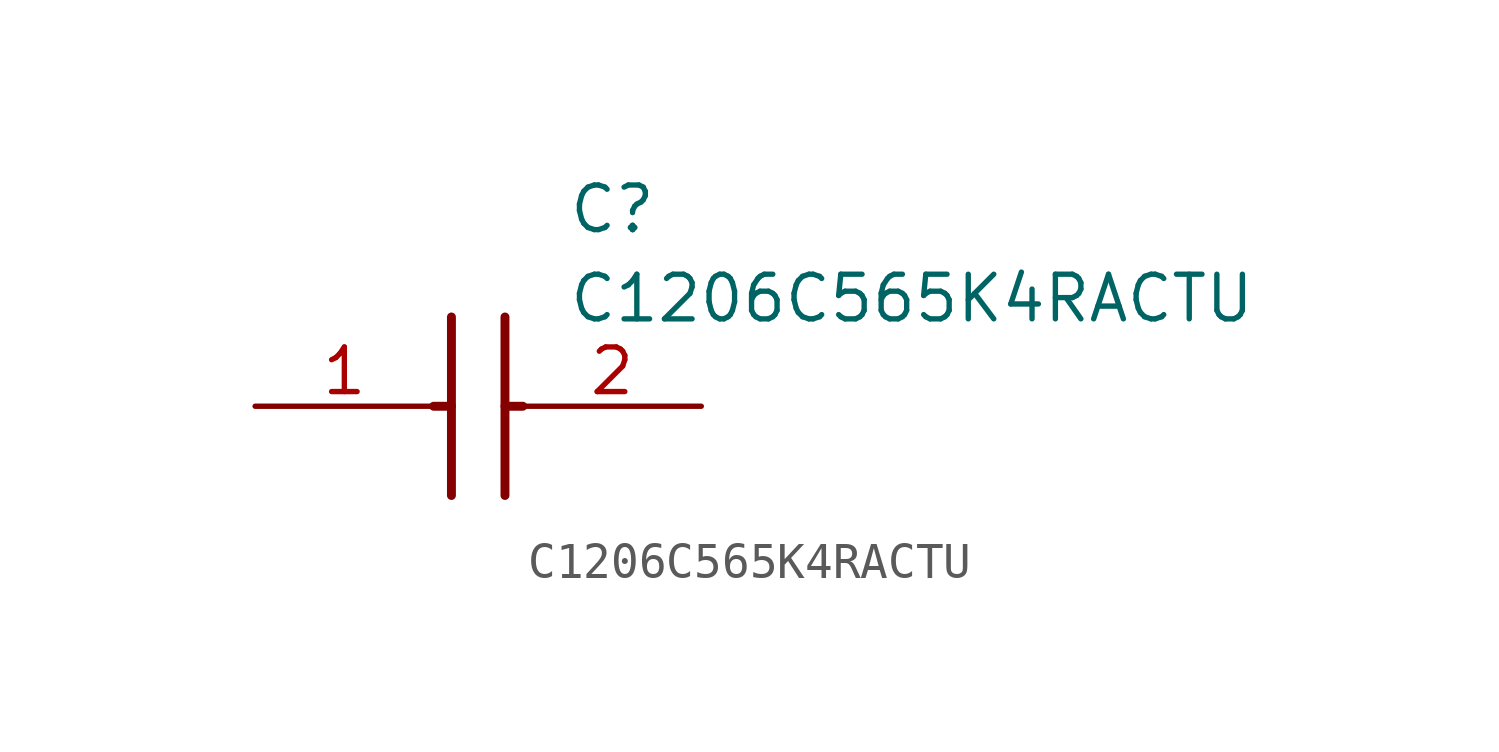
<source format=kicad_sym>
(kicad_symbol_lib
  (version 20211014)
  (generator SamacSys_ECAD_Model)
  (symbol "C1206C565K4RACTU"
    (pin_names hide)
    (property "Reference" "C"
      (at 8.89 6.35 0)
      (effects (font (size 1.27 1.27)) (justify left top)))
    (property "Value" "C1206C565K4RACTU"
      (at 8.89 3.81 0)
      (effects (font (size 1.27 1.27)) (justify left top)))
    (polyline
      (pts (xy 5.588 2.54) (xy 5.588 -2.54))
      (stroke (width 0.254) (type default))
      (fill (type none)))
    (polyline
      (pts (xy 7.112 2.54) (xy 7.112 -2.54))
      (stroke (width 0.254) (type default))
      (fill (type none)))
    (polyline
      (pts (xy 5.08 0) (xy 5.588 0))
      (stroke (width 0.254) (type default))
      (fill (type none)))
    (polyline
      (pts (xy 7.112 0) (xy 7.62 0))
      (stroke (width 0.254) (type default))
      (fill (type none)))
    (pin passive line
      (at 0 0 0)
      (length 5.08)
      (name "1" (effects (font (size 1.27 1.27))))
      (number "1" (effects (font (size 1.27 1.27)))))
    (pin passive line
      (at 12.7 0 180)
      (length 5.08)
      (name "2" (effects (font (size 1.27 1.27))))
      (number "2" (effects (font (size 1.27 1.27)))))))
</source>
